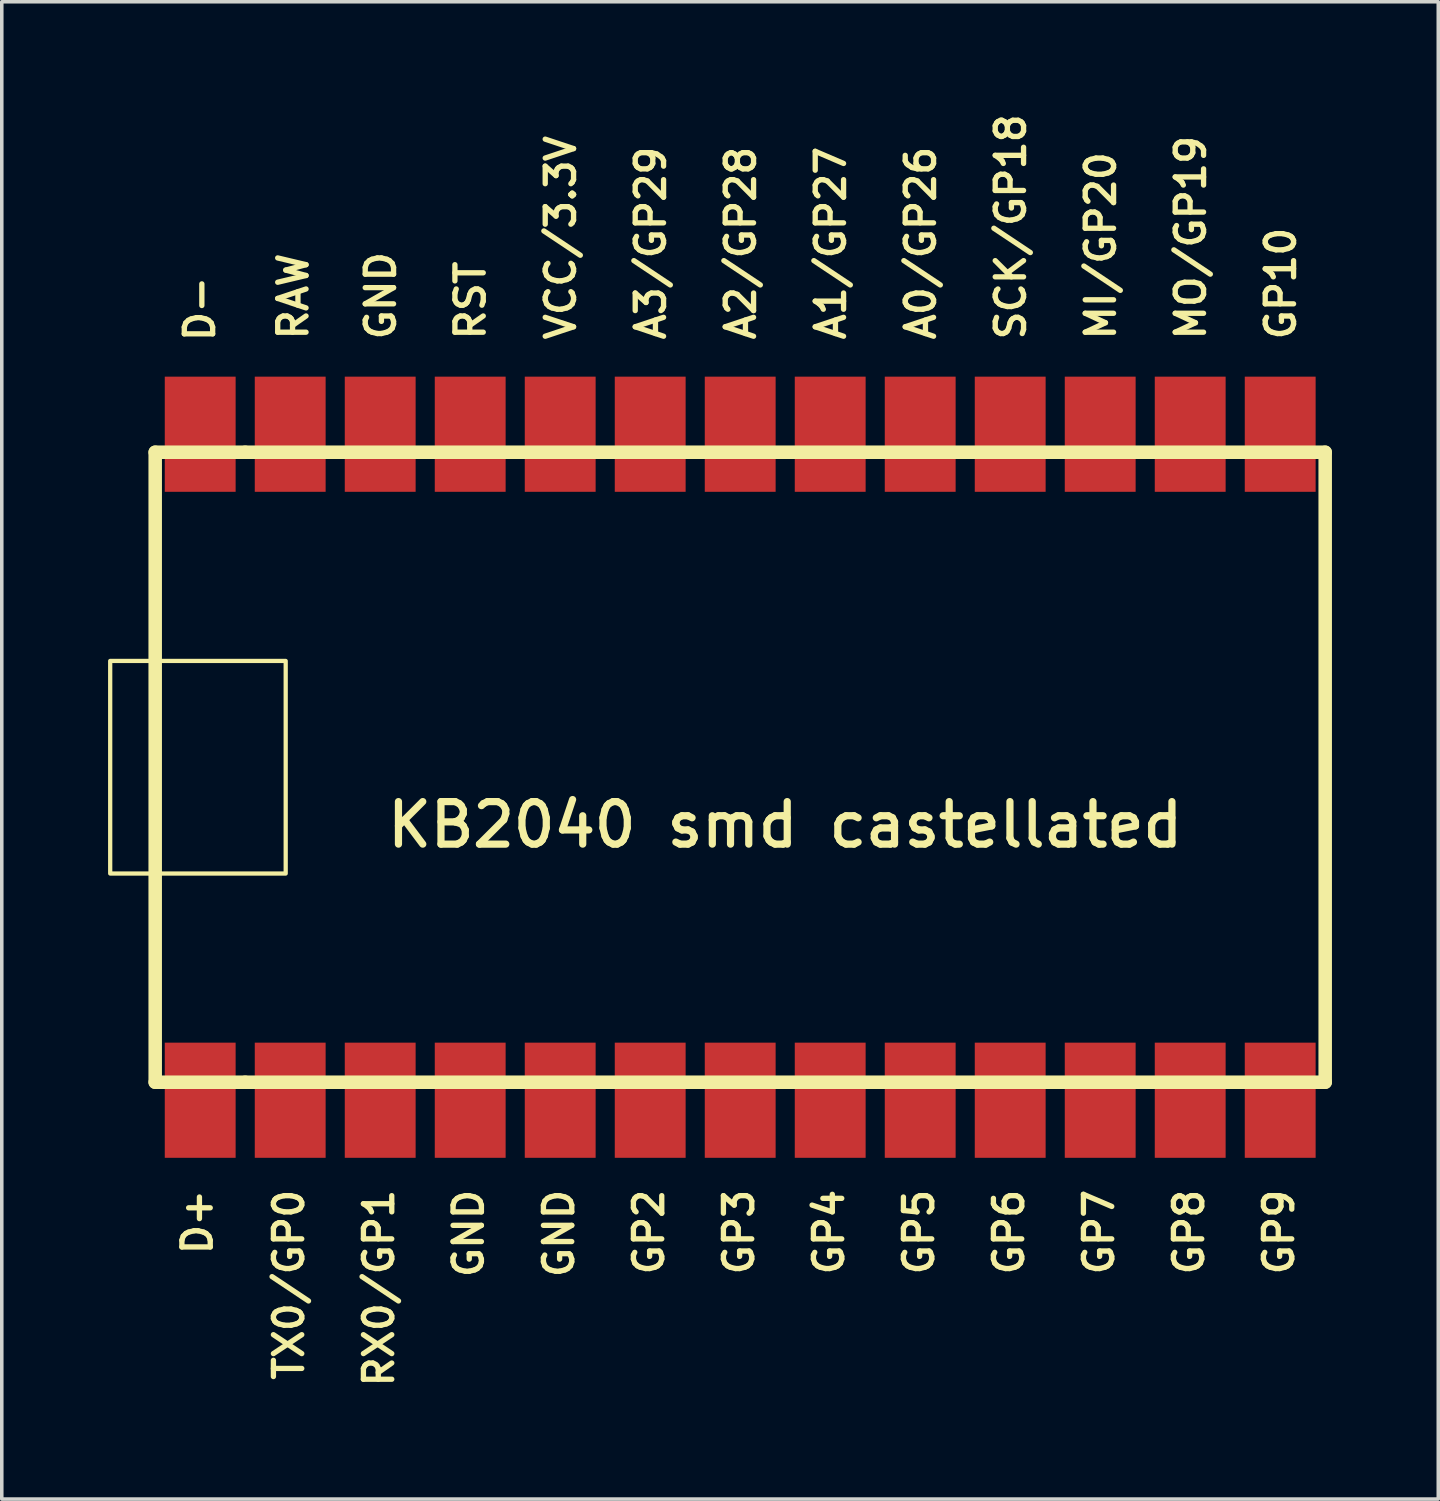
<source format=kicad_pcb>
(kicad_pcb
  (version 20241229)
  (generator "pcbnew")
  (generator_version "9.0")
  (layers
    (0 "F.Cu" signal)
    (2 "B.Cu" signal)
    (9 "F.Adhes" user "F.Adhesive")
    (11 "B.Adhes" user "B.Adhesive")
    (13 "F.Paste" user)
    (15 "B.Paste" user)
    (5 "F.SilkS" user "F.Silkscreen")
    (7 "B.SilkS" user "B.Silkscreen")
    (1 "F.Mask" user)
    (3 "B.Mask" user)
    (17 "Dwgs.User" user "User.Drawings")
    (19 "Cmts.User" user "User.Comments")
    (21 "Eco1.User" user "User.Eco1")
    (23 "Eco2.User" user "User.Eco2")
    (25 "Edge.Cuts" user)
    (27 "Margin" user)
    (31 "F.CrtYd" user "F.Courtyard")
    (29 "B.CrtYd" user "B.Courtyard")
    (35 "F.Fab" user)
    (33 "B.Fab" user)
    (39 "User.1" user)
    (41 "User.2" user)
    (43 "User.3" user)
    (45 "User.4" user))
  (footprint "KB2040 smd castellated"
    (layer "F.Cu")
    (at 19.11 18.603)
    (property "Reference" "KB2040 smd castellated" (at 0 1.625 0) (layer "F.SilkS") (effects (font (size 1.2 1.2) (thickness 0.203))))
    (attr through_hole)
    (fp_line (start -17.78 -8.89) (end -17.78 8.89) (stroke (width 0.381) (type solid)) (layer "F.SilkS"))
    (fp_line (start -17.78 8.89) (end -15.24 8.89) (stroke (width 0.381) (type solid)) (layer "F.SilkS"))
    (fp_line (start -15.24 -8.89) (end -17.78 -8.89) (stroke (width 0.381) (type solid)) (layer "F.SilkS"))
    (fp_line (start -15.24 8.89) (end 15.24 8.89) (stroke (width 0.381) (type solid)) (layer "F.SilkS"))
    (fp_line (start 15.24 -8.89) (end -15.24 -8.89) (stroke (width 0.381) (type solid)) (layer "F.SilkS"))
    (fp_line (start 15.24 8.89) (end 15.24 -8.89) (stroke (width 0.381) (type solid)) (layer "F.SilkS"))
    (fp_rect (start -19.05 3) (end -14.097 -3) (stroke (width 0.12) (type solid)) (fill no) (layer "F.SilkS"))
    (fp_text user "A1/GP27" (at 1.285 -11.989 90) (layer "F.SilkS") (effects (font (size 0.8 0.8) (thickness 0.15)) (justify left)))
    (fp_text user "GP5" (at 3.774 11.84 90) (layer "F.SilkS") (effects (font (size 0.8 0.8) (thickness 0.15)) (justify right)))
    (fp_text user "GP4" (at 1.234 11.84 90) (layer "F.SilkS") (effects (font (size 0.8 0.8) (thickness 0.15)) (justify right)))
    (fp_text user "RAW" (at -13.885 -11.989 90) (layer "F.SilkS") (effects (font (size 0.8 0.8) (thickness 0.15)) (justify left)))
    (fp_text user "RX0/GP1" (at -11.466 11.84 90) (layer "F.SilkS") (effects (font (size 0.8 0.8) (thickness 0.15)) (justify right)))
    (fp_text user "GP8" (at 11.394 11.84 90) (layer "F.SilkS") (effects (font (size 0.8 0.8) (thickness 0.15)) (justify right)))
    (fp_text user "GND" (at -11.415 -11.989 90) (layer "F.SilkS") (effects (font (size 0.8 0.8) (thickness 0.15)) (justify left)))
    (fp_text user "SCK/GP18" (at 6.365 -11.989 90) (layer "F.SilkS") (effects (font (size 0.8 0.8) (thickness 0.15)) (justify left)))
    (fp_text user "A0/GP26" (at 3.825 -11.989 90) (layer "F.SilkS") (effects (font (size 0.8 0.8) (thickness 0.15)) (justify left)))
    (fp_text user "A2/GP28" (at -1.255 -11.989 90) (layer "F.SilkS") (effects (font (size 0.8 0.8) (thickness 0.15)) (justify left)))
    (fp_text user "D+" (at -16.589 11.84 90) (layer "F.SilkS") (effects (font (size 0.8 0.8) (thickness 0.15)) (justify right)))
    (fp_text user "GND" (at -6.386 11.84 90) (layer "F.SilkS") (effects (font (size 0.8 0.8) (thickness 0.15)) (justify right)))
    (fp_text user "GP10" (at 13.985 -11.989 90) (layer "F.SilkS") (effects (font (size 0.8 0.8) (thickness 0.15)) (justify left)))
    (fp_text user "GP6" (at 6.314 11.84 90) (layer "F.SilkS") (effects (font (size 0.8 0.8) (thickness 0.15)) (justify right)))
    (fp_text user "MI/GP20" (at 8.905 -11.989 90) (layer "F.SilkS") (effects (font (size 0.8 0.8) (thickness 0.15)) (justify left)))
    (fp_text user "GP9" (at 13.934 11.84 90) (layer "F.SilkS") (effects (font (size 0.8 0.8) (thickness 0.15)) (justify right)))
    (fp_text user "D-" (at -16.521 -13.93 90) (layer "F.SilkS") (effects (font (size 0.8 0.8) (thickness 0.15)) (justify right)))
    (fp_text user "VCC/3.3V" (at -6.335 -11.989 90) (layer "F.SilkS") (effects (font (size 0.8 0.8) (thickness 0.15)) (justify left)))
    (fp_text user "GP3" (at -1.306 11.84 90) (layer "F.SilkS") (effects (font (size 0.8 0.8) (thickness 0.15)) (justify right)))
    (fp_text user "RST" (at -8.884 -11.989 90) (layer "F.SilkS") (effects (font (size 0.8 0.8) (thickness 0.15)) (justify left)))
    (fp_text user "GP2" (at -3.846 11.84 90) (layer "F.SilkS") (effects (font (size 0.8 0.8) (thickness 0.15)) (justify right)))
    (fp_text user "TX0/GP0" (at -14.006 11.84 90) (layer "F.SilkS") (effects (font (size 0.8 0.8) (thickness 0.15)) (justify right)))
    (fp_text user "MO/GP19" (at 11.445 -11.989 90) (layer "F.SilkS") (effects (font (size 0.8 0.8) (thickness 0.15)) (justify left)))
    (fp_text user "GP7" (at 8.854 11.84 90) (layer "F.SilkS") (effects (font (size 0.8 0.8) (thickness 0.15)) (justify right)))
    (fp_text user "GND" (at -8.936 11.84 90) (layer "F.SilkS") (effects (font (size 0.8 0.8) (thickness 0.15)) (justify right)))
    (fp_text user "A3/GP29" (at -3.795 -11.989 90) (layer "F.SilkS") (effects (font (size 0.8 0.8) (thickness 0.15)) (justify left)))
    (pad "0" smd rect (at -16.51 9.398) (size 2 3.25) (layers "F.Cu" "F.Mask" "F.Paste"))
    (pad "1" smd rect (at -13.97 9.398) (size 2 3.25) (layers "F.Cu" "F.Mask" "F.Paste"))
    (pad "2" smd rect (at -11.43 9.398) (size 2 3.25) (layers "F.Cu" "F.Mask" "F.Paste"))
    (pad "3" smd rect (at -8.89 9.398) (size 2 3.25) (layers "F.Cu" "F.Mask" "F.Paste"))
    (pad "4" smd rect (at -6.35 9.398) (size 2 3.25) (layers "F.Cu" "F.Mask" "F.Paste"))
    (pad "5" smd rect (at -3.81 9.398) (size 2 3.25) (layers "F.Cu" "F.Mask" "F.Paste"))
    (pad "6" smd rect (at -1.27 9.398) (size 2 3.25) (layers "F.Cu" "F.Mask" "F.Paste"))
    (pad "7" smd rect (at 1.27 9.398) (size 2 3.25) (layers "F.Cu" "F.Mask" "F.Paste"))
    (pad "8" smd rect (at 3.81 9.398) (size 2 3.25) (layers "F.Cu" "F.Mask" "F.Paste"))
    (pad "9" smd rect (at 6.35 9.398) (size 2 3.25) (layers "F.Cu" "F.Mask" "F.Paste"))
    (pad "10" smd rect (at 8.89 9.398) (size 2 3.25) (layers "F.Cu" "F.Mask" "F.Paste"))
    (pad "11" smd rect (at 11.43 9.398) (size 2 3.25) (layers "F.Cu" "F.Mask" "F.Paste"))
    (pad "12" smd rect (at 13.97 9.398) (size 2 3.25) (layers "F.Cu" "F.Mask" "F.Paste"))
    (pad "13" smd rect (at 13.97 -9.398) (size 2 3.25) (layers "F.Cu" "F.Mask" "F.Paste"))
    (pad "14" smd rect (at 11.43 -9.398) (size 2 3.25) (layers "F.Cu" "F.Mask" "F.Paste"))
    (pad "15" smd rect (at 8.89 -9.398) (size 2 3.25) (layers "F.Cu" "F.Mask" "F.Paste"))
    (pad "16" smd rect (at 6.35 -9.398) (size 2 3.25) (layers "F.Cu" "F.Mask" "F.Paste"))
    (pad "17" smd rect (at 3.81 -9.398) (size 2 3.25) (layers "F.Cu" "F.Mask" "F.Paste"))
    (pad "18" smd rect (at 1.27 -9.398) (size 2 3.25) (layers "F.Cu" "F.Mask" "F.Paste"))
    (pad "19" smd rect (at -1.27 -9.398) (size 2 3.25) (layers "F.Cu" "F.Mask" "F.Paste"))
    (pad "20" smd rect (at -3.81 -9.398) (size 2 3.25) (layers "F.Cu" "F.Mask" "F.Paste"))
    (pad "21" smd rect (at -6.35 -9.398) (size 2 3.25) (layers "F.Cu" "F.Mask" "F.Paste"))
    (pad "22" smd rect (at -8.89 -9.398) (size 2 3.25) (layers "F.Cu" "F.Mask" "F.Paste"))
    (pad "23" smd rect (at -11.43 -9.398) (size 2 3.25) (layers "F.Cu" "F.Mask" "F.Paste"))
    (pad "24" smd rect (at -13.97 -9.398) (size 2 3.25) (layers "F.Cu" "F.Mask" "F.Paste"))
    (pad "25" smd rect (at -16.51 -9.398) (size 2 3.25) (layers "F.Cu" "F.Mask" "F.Paste")))
  (gr_rect
    (start -3 -3)
    (end 37.541 39.257)
    (stroke (width 0.1) (type default))
    (fill no)
    (layer "Edge.Cuts")))
</source>
